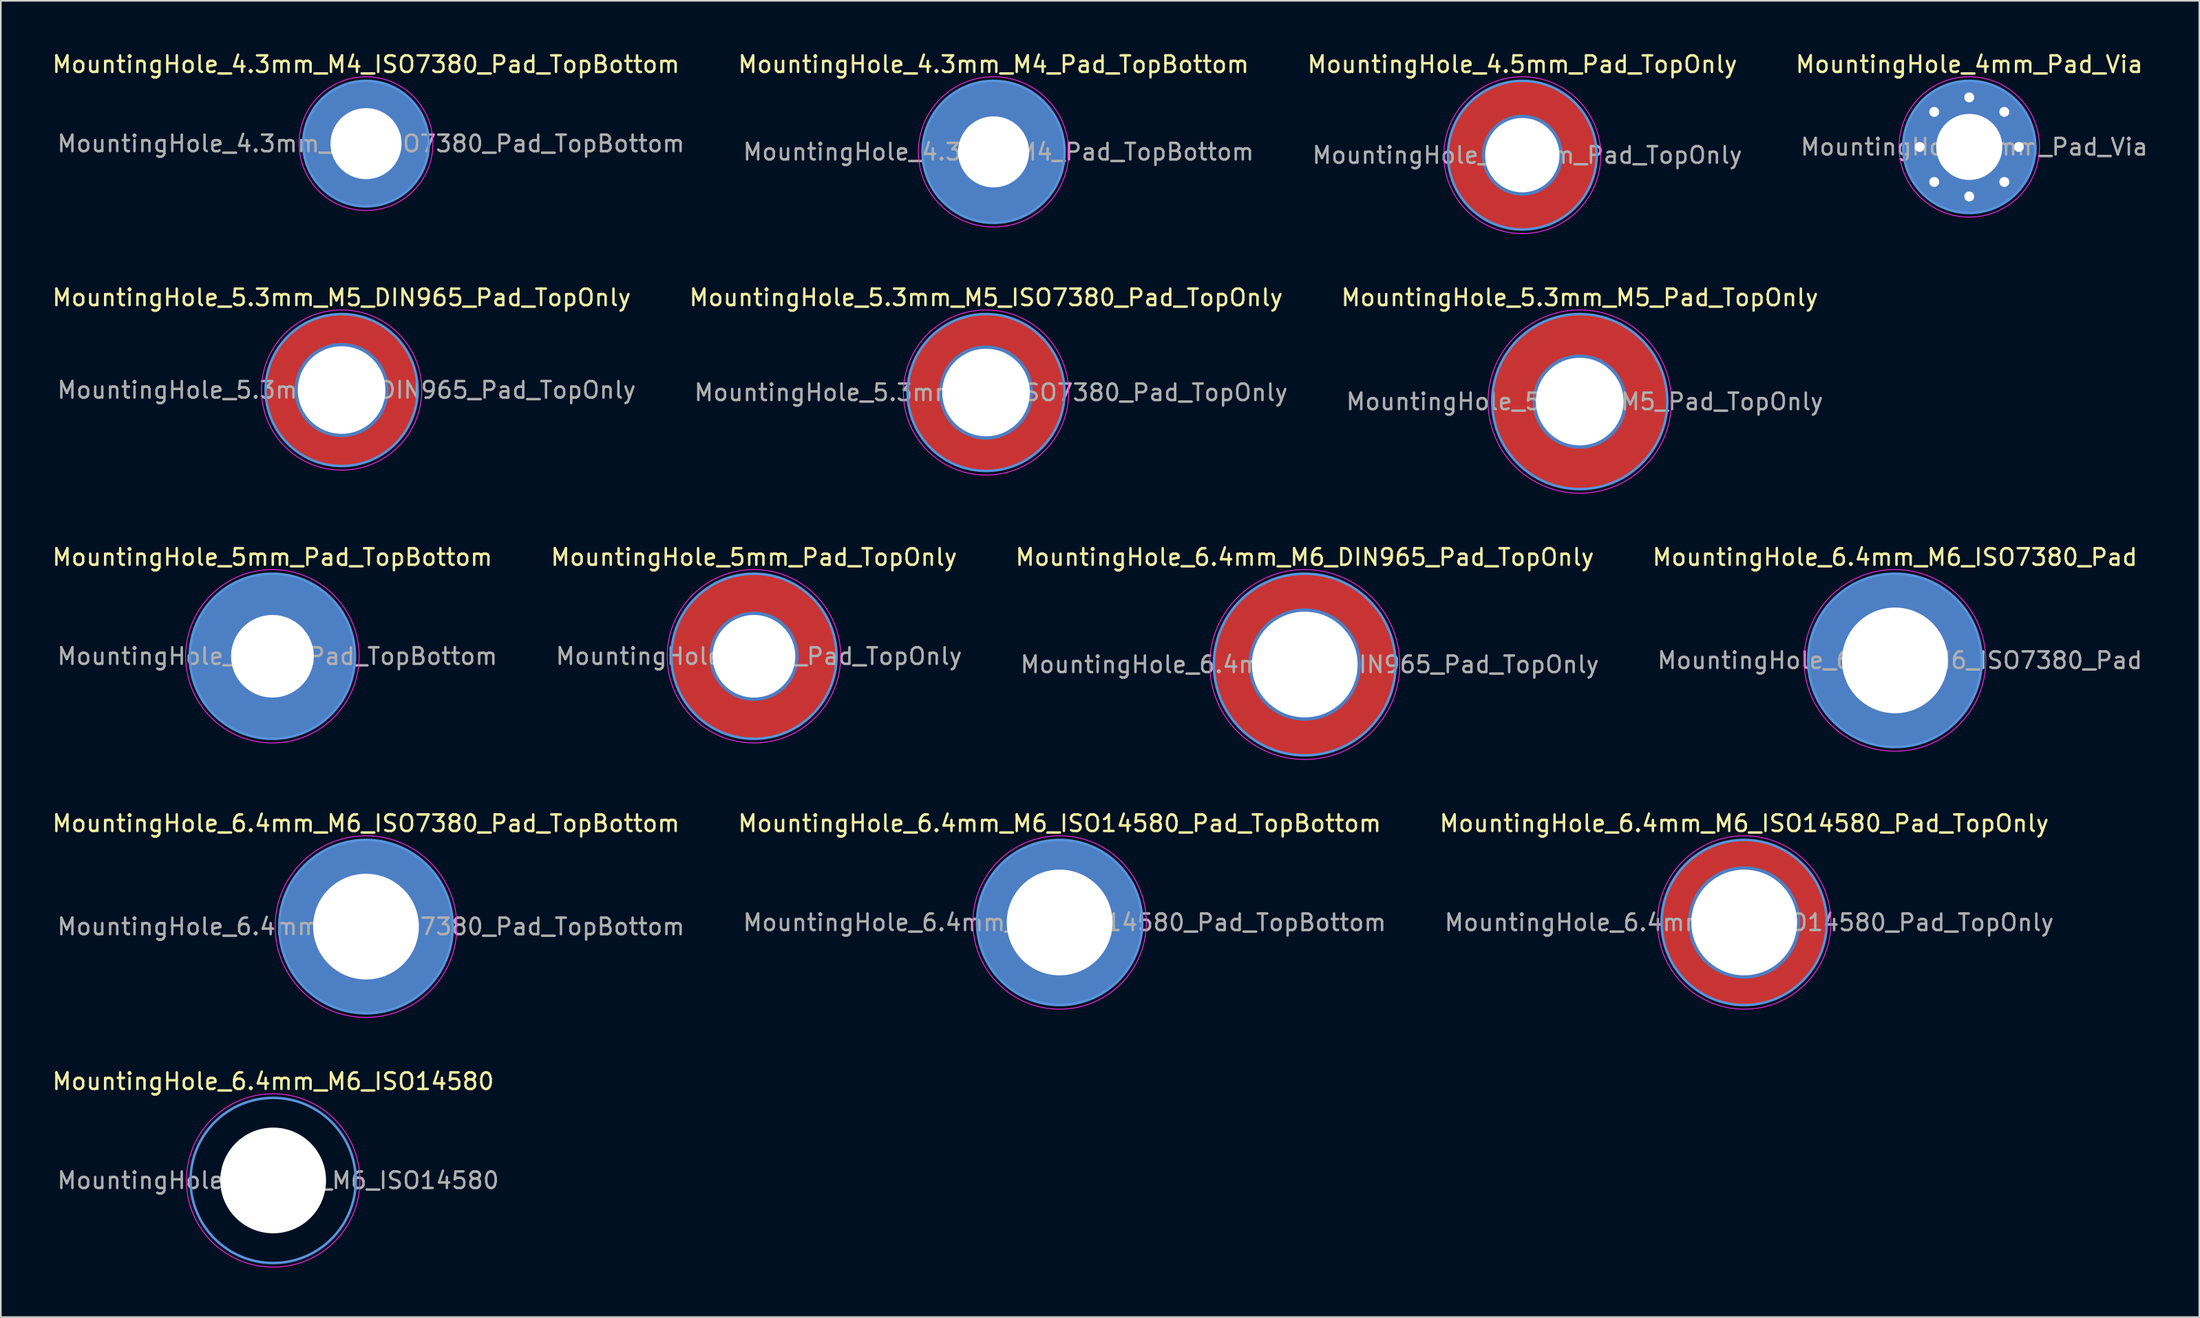
<source format=kicad_pcb>
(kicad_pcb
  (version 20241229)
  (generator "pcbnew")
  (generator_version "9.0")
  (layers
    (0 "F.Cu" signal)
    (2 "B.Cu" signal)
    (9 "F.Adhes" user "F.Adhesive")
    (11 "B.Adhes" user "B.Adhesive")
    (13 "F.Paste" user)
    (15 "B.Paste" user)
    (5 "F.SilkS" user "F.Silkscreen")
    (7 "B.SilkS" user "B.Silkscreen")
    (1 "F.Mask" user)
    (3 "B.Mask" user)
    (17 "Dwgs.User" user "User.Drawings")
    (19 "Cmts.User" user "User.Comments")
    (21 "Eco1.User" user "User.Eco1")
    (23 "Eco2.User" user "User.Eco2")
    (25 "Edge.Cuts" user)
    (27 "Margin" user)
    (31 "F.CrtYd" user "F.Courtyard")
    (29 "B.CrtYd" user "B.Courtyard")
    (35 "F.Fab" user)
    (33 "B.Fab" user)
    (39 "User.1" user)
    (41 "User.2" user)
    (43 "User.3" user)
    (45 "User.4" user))
  (footprint "MountingHole_4.3mm_M4_ISO7380_Pad_TopBottom"
    (layer "F.Cu")
    (at 19.101 5.648)
    (property "Reference" "MountingHole_4.3mm_M4_ISO7380_Pad_TopBottom" (at 0 -4.8 0) (layer "F.SilkS") (effects (font (size 1 1) (thickness 0.15))))
    (attr exclude_from_pos_files exclude_from_bom)
    (fp_circle (center 0 0) (end 3.8 0) (stroke (width 0.15) (type solid)) (fill no) (layer "Cmts.User"))
    (fp_circle (center 0 0) (end 4.05 0) (stroke (width 0.05) (type solid)) (fill no) (layer "F.CrtYd"))
    (fp_text user "${REFERENCE}" (at 0.3 0 0) (layer "F.Fab") (effects (font (size 1 1) (thickness 0.15))))
    (pad "1" thru_hole circle (at 0 0) (size 4.7 4.7) (drill 4.3) (layers "*.Cu" "*.Mask"))
    (pad "1" connect circle (at 0 0) (size 7.6 7.6) (layers "F.Cu" "F.Mask"))
    (pad "1" connect circle (at 0 0) (size 7.6 7.6) (layers "B.Cu" "B.Mask")))
  (footprint "MountingHole_5mm_Pad_TopOnly"
    (layer "F.Cu")
    (at 42.58 36.695)
    (property "Reference" "MountingHole_5mm_Pad_TopOnly" (at 0 -6 0) (layer "F.SilkS") (effects (font (size 1 1) (thickness 0.15))))
    (attr exclude_from_pos_files exclude_from_bom)
    (fp_circle (center 0 0) (end 5 0) (stroke (width 0.15) (type solid)) (fill no) (layer "Cmts.User"))
    (fp_circle (center 0 0) (end 5.25 0) (stroke (width 0.05) (type solid)) (fill no) (layer "F.CrtYd"))
    (fp_text user "${REFERENCE}" (at 0.3 0 0) (layer "F.Fab") (effects (font (size 1 1) (thickness 0.15))))
    (pad "1" thru_hole circle (at 0 0) (size 5.4 5.4) (drill 5) (layers "*.Cu" "*.Mask"))
    (pad "1" connect circle (at 0 0) (size 10 10) (layers "F.Cu" "F.Mask")))
  (footprint "MountingHole_4.3mm_M4_Pad_TopBottom"
    (layer "F.Cu")
    (at 57.08 6.148)
    (property "Reference" "MountingHole_4.3mm_M4_Pad_TopBottom" (at 0 -5.3 0) (layer "F.SilkS") (effects (font (size 1 1) (thickness 0.15))))
    (attr exclude_from_pos_files exclude_from_bom)
    (fp_circle (center 0 0) (end 4.3 0) (stroke (width 0.15) (type solid)) (fill no) (layer "Cmts.User"))
    (fp_circle (center 0 0) (end 4.55 0) (stroke (width 0.05) (type solid)) (fill no) (layer "F.CrtYd"))
    (fp_text user "${REFERENCE}" (at 0.3 0 0) (layer "F.Fab") (effects (font (size 1 1) (thickness 0.15))))
    (pad "1" thru_hole circle (at 0 0) (size 4.7 4.7) (drill 4.3) (layers "*.Cu" "*.Mask"))
    (pad "1" connect circle (at 0 0) (size 8.6 8.6) (layers "F.Cu" "F.Mask"))
    (pad "1" connect circle (at 0 0) (size 8.6 8.6) (layers "B.Cu" "B.Mask")))
  (footprint "MountingHole_5.3mm_M5_Pad_TopOnly"
    (layer "F.Cu")
    (at 92.558 21.271)
    (property "Reference" "MountingHole_5.3mm_M5_Pad_TopOnly" (at 0 -6.3 0) (layer "F.SilkS") (effects (font (size 1 1) (thickness 0.15))))
    (attr exclude_from_pos_files exclude_from_bom)
    (fp_circle (center 0 0) (end 5.3 0) (stroke (width 0.15) (type solid)) (fill no) (layer "Cmts.User"))
    (fp_circle (center 0 0) (end 5.55 0) (stroke (width 0.05) (type solid)) (fill no) (layer "F.CrtYd"))
    (fp_text user "${REFERENCE}" (at 0.3 0 0) (layer "F.Fab") (effects (font (size 1 1) (thickness 0.15))))
    (pad "1" thru_hole circle (at 0 0) (size 5.7 5.7) (drill 5.3) (layers "*.Cu" "*.Mask"))
    (pad "1" connect circle (at 0 0) (size 10.6 10.6) (layers "F.Cu" "F.Mask")))
  (footprint "MountingHole_6.4mm_M6_ISO14580_Pad_TopOnly"
    (layer "F.Cu")
    (at 102.511 52.818)
    (property "Reference" "MountingHole_6.4mm_M6_ISO14580_Pad_TopOnly" (at 0 -6 0) (layer "F.SilkS") (effects (font (size 1 1) (thickness 0.15))))
    (attr exclude_from_pos_files exclude_from_bom)
    (fp_circle (center 0 0) (end 5 0) (stroke (width 0.15) (type solid)) (fill no) (layer "Cmts.User"))
    (fp_circle (center 0 0) (end 5.25 0) (stroke (width 0.05) (type solid)) (fill no) (layer "F.CrtYd"))
    (fp_text user "${REFERENCE}" (at 0.3 0 0) (layer "F.Fab") (effects (font (size 1 1) (thickness 0.15))))
    (pad "1" thru_hole circle (at 0 0) (size 6.8 6.8) (drill 6.4) (layers "*.Cu" "*.Mask"))
    (pad "1" connect circle (at 0 0) (size 10 10) (layers "F.Cu" "F.Mask")))
  (footprint "MountingHole_6.4mm_M6_ISO7380_Pad"
    (layer "F.Cu")
    (at 111.632 36.945)
    (property "Reference" "MountingHole_6.4mm_M6_ISO7380_Pad" (at 0 -6.25 0) (layer "F.SilkS") (effects (font (size 1 1) (thickness 0.15))))
    (attr exclude_from_pos_files exclude_from_bom)
    (fp_circle (center 0 0) (end 5.25 0) (stroke (width 0.15) (type solid)) (fill no) (layer "Cmts.User"))
    (fp_circle (center 0 0) (end 5.5 0) (stroke (width 0.05) (type solid)) (fill no) (layer "F.CrtYd"))
    (fp_text user "${REFERENCE}" (at 0.3 0 0) (layer "F.Fab") (effects (font (size 1 1) (thickness 0.15))))
    (pad "1" thru_hole circle (at 0 0) (size 10.5 10.5) (drill 6.4) (layers "*.Cu" "*.Mask")))
  (footprint "MountingHole_6.4mm_M6_DIN965_Pad_TopOnly"
    (layer "F.Cu")
    (at 75.915 37.195)
    (property "Reference" "MountingHole_6.4mm_M6_DIN965_Pad_TopOnly" (at 0 -6.5 0) (layer "F.SilkS") (effects (font (size 1 1) (thickness 0.15))))
    (attr exclude_from_pos_files exclude_from_bom)
    (fp_circle (center 0 0) (end 5.5 0) (stroke (width 0.15) (type solid)) (fill no) (layer "Cmts.User"))
    (fp_circle (center 0 0) (end 5.75 0) (stroke (width 0.05) (type solid)) (fill no) (layer "F.CrtYd"))
    (fp_text user "${REFERENCE}" (at 0.3 0 0) (layer "F.Fab") (effects (font (size 1 1) (thickness 0.15))))
    (pad "1" thru_hole circle (at 0 0) (size 6.8 6.8) (drill 6.4) (layers "*.Cu" "*.Mask"))
    (pad "1" connect circle (at 0 0) (size 11 11) (layers "F.Cu" "F.Mask")))
  (footprint "MountingHole_4mm_Pad_Via"
    (layer "F.Cu")
    (at 116.132 5.848)
    (property "Reference" "MountingHole_4mm_Pad_Via" (at 0 -5 0) (layer "F.SilkS") (effects (font (size 1 1) (thickness 0.15))))
    (attr exclude_from_pos_files exclude_from_bom)
    (fp_circle (center 0 0) (end 4 0) (stroke (width 0.15) (type solid)) (fill no) (layer "Cmts.User"))
    (fp_circle (center 0 0) (end 4.25 0) (stroke (width 0.05) (type solid)) (fill no) (layer "F.CrtYd"))
    (fp_text user "${REFERENCE}" (at 0.3 0 0) (layer "F.Fab") (effects (font (size 1 1) (thickness 0.15))))
    (pad "1" thru_hole circle (at -3 0) (size 0.9 0.9) (drill 0.6) (layers "*.Cu" "*.Mask"))
    (pad "1" thru_hole circle (at -2.121 -2.121) (size 0.9 0.9) (drill 0.6) (layers "*.Cu" "*.Mask"))
    (pad "1" thru_hole circle (at -2.121 2.121) (size 0.9 0.9) (drill 0.6) (layers "*.Cu" "*.Mask"))
    (pad "1" thru_hole circle (at 0 -3) (size 0.9 0.9) (drill 0.6) (layers "*.Cu" "*.Mask"))
    (pad "1" thru_hole circle (at 0 0) (size 8 8) (drill 4) (layers "*.Cu" "*.Mask"))
    (pad "1" thru_hole circle (at 0 3) (size 0.9 0.9) (drill 0.6) (layers "*.Cu" "*.Mask"))
    (pad "1" thru_hole circle (at 2.121 -2.121) (size 0.9 0.9) (drill 0.6) (layers "*.Cu" "*.Mask"))
    (pad "1" thru_hole circle (at 2.121 2.121) (size 0.9 0.9) (drill 0.6) (layers "*.Cu" "*.Mask"))
    (pad "1" thru_hole circle (at 3 0) (size 0.9 0.9) (drill 0.6) (layers "*.Cu" "*.Mask")))
  (footprint "MountingHole_5mm_Pad_TopBottom"
    (layer "F.Cu")
    (at 13.435 36.695)
    (property "Reference" "MountingHole_5mm_Pad_TopBottom" (at 0 -6 0) (layer "F.SilkS") (effects (font (size 1 1) (thickness 0.15))))
    (attr exclude_from_pos_files exclude_from_bom)
    (fp_circle (center 0 0) (end 5 0) (stroke (width 0.15) (type solid)) (fill no) (layer "Cmts.User"))
    (fp_circle (center 0 0) (end 5.25 0) (stroke (width 0.05) (type solid)) (fill no) (layer "F.CrtYd"))
    (fp_text user "${REFERENCE}" (at 0.3 0 0) (layer "F.Fab") (effects (font (size 1 1) (thickness 0.15))))
    (pad "1" thru_hole circle (at 0 0) (size 5.4 5.4) (drill 5) (layers "*.Cu" "*.Mask"))
    (pad "1" connect circle (at 0 0) (size 10 10) (layers "F.Cu" "F.Mask"))
    (pad "1" connect circle (at 0 0) (size 10 10) (layers "B.Cu" "B.Mask")))
  (footprint "MountingHole_4.5mm_Pad_TopOnly"
    (layer "F.Cu")
    (at 89.082 6.348)
    (property "Reference" "MountingHole_4.5mm_Pad_TopOnly" (at 0 -5.5 0) (layer "F.SilkS") (effects (font (size 1 1) (thickness 0.15))))
    (attr exclude_from_pos_files exclude_from_bom)
    (fp_circle (center 0 0) (end 4.5 0) (stroke (width 0.15) (type solid)) (fill no) (layer "Cmts.User"))
    (fp_circle (center 0 0) (end 4.75 0) (stroke (width 0.05) (type solid)) (fill no) (layer "F.CrtYd"))
    (fp_text user "${REFERENCE}" (at 0.3 0 0) (layer "F.Fab") (effects (font (size 1 1) (thickness 0.15))))
    (pad "1" thru_hole circle (at 0 0) (size 4.9 4.9) (drill 4.5) (layers "*.Cu" "*.Mask"))
    (pad "1" connect circle (at 0 0) (size 9 9) (layers "F.Cu" "F.Mask")))
  (footprint "MountingHole_5.3mm_M5_ISO7380_Pad_TopOnly"
    (layer "F.Cu")
    (at 56.627 20.721)
    (property "Reference" "MountingHole_5.3mm_M5_ISO7380_Pad_TopOnly" (at 0 -5.75 0) (layer "F.SilkS") (effects (font (size 1 1) (thickness 0.15))))
    (attr exclude_from_pos_files exclude_from_bom)
    (fp_circle (center 0 0) (end 4.75 0) (stroke (width 0.15) (type solid)) (fill no) (layer "Cmts.User"))
    (fp_circle (center 0 0) (end 5 0) (stroke (width 0.05) (type solid)) (fill no) (layer "F.CrtYd"))
    (fp_text user "${REFERENCE}" (at 0.3 0 0) (layer "F.Fab") (effects (font (size 1 1) (thickness 0.15))))
    (pad "1" thru_hole circle (at 0 0) (size 5.7 5.7) (drill 5.3) (layers "*.Cu" "*.Mask"))
    (pad "1" connect circle (at 0 0) (size 9.5 9.5) (layers "F.Cu" "F.Mask")))
  (footprint "MountingHole_5.3mm_M5_DIN965_Pad_TopOnly"
    (layer "F.Cu")
    (at 17.625 20.572)
    (property "Reference" "MountingHole_5.3mm_M5_DIN965_Pad_TopOnly" (at 0 -5.6 0) (layer "F.SilkS") (effects (font (size 1 1) (thickness 0.15))))
    (attr exclude_from_pos_files exclude_from_bom)
    (fp_circle (center 0 0) (end 4.6 0) (stroke (width 0.15) (type solid)) (fill no) (layer "Cmts.User"))
    (fp_circle (center 0 0) (end 4.85 0) (stroke (width 0.05) (type solid)) (fill no) (layer "F.CrtYd"))
    (fp_text user "${REFERENCE}" (at 0.3 0 0) (layer "F.Fab") (effects (font (size 1 1) (thickness 0.15))))
    (pad "1" thru_hole circle (at 0 0) (size 5.7 5.7) (drill 5.3) (layers "*.Cu" "*.Mask"))
    (pad "1" connect circle (at 0 0) (size 9.2 9.2) (layers "F.Cu" "F.Mask")))
  (footprint "MountingHole_6.4mm_M6_ISO7380_Pad_TopBottom"
    (layer "F.Cu")
    (at 19.101 53.068)
    (property "Reference" "MountingHole_6.4mm_M6_ISO7380_Pad_TopBottom" (at 0 -6.25 0) (layer "F.SilkS") (effects (font (size 1 1) (thickness 0.15))))
    (attr exclude_from_pos_files exclude_from_bom)
    (fp_circle (center 0 0) (end 5.25 0) (stroke (width 0.15) (type solid)) (fill no) (layer "Cmts.User"))
    (fp_circle (center 0 0) (end 5.5 0) (stroke (width 0.05) (type solid)) (fill no) (layer "F.CrtYd"))
    (fp_text user "${REFERENCE}" (at 0.3 0 0) (layer "F.Fab") (effects (font (size 1 1) (thickness 0.15))))
    (pad "1" thru_hole circle (at 0 0) (size 6.8 6.8) (drill 6.4) (layers "*.Cu" "*.Mask"))
    (pad "1" connect circle (at 0 0) (size 10.5 10.5) (layers "F.Cu" "F.Mask"))
    (pad "1" connect circle (at 0 0) (size 10.5 10.5) (layers "B.Cu" "B.Mask")))
  (footprint "MountingHole_6.4mm_M6_ISO14580_Pad_TopBottom"
    (layer "F.Cu")
    (at 61.08 52.818)
    (property "Reference" "MountingHole_6.4mm_M6_ISO14580_Pad_TopBottom" (at 0 -6 0) (layer "F.SilkS") (effects (font (size 1 1) (thickness 0.15))))
    (attr exclude_from_pos_files exclude_from_bom)
    (fp_circle (center 0 0) (end 5 0) (stroke (width 0.15) (type solid)) (fill no) (layer "Cmts.User"))
    (fp_circle (center 0 0) (end 5.25 0) (stroke (width 0.05) (type solid)) (fill no) (layer "F.CrtYd"))
    (fp_text user "${REFERENCE}" (at 0.3 0 0) (layer "F.Fab") (effects (font (size 1 1) (thickness 0.15))))
    (pad "1" thru_hole circle (at 0 0) (size 6.8 6.8) (drill 6.4) (layers "*.Cu" "*.Mask"))
    (pad "1" connect circle (at 0 0) (size 10 10) (layers "F.Cu" "F.Mask"))
    (pad "1" connect circle (at 0 0) (size 10 10) (layers "B.Cu" "B.Mask")))
  (footprint "MountingHole_6.4mm_M6_ISO14580"
    (layer "F.Cu")
    (at 13.482 68.441)
    (property "Reference" "MountingHole_6.4mm_M6_ISO14580" (at 0 -6 0) (layer "F.SilkS") (effects (font (size 1 1) (thickness 0.15))))
    (attr exclude_from_pos_files exclude_from_bom)
    (fp_circle (center 0 0) (end 5 0) (stroke (width 0.15) (type solid)) (fill no) (layer "Cmts.User"))
    (fp_circle (center 0 0) (end 5.25 0) (stroke (width 0.05) (type solid)) (fill no) (layer "F.CrtYd"))
    (fp_text user "${REFERENCE}" (at 0.3 0 0) (layer "F.Fab") (effects (font (size 1 1) (thickness 0.15))))
    (pad "" np_thru_hole circle (at 0 0) (size 6.4 6.4) (drill 6.4) (layers "*.Cu" "*.Mask")))
  (gr_rect
    (start -3 -3)
    (end 130.057 76.716)
    (stroke (width 0.1) (type default))
    (fill no)
    (layer "Edge.Cuts")))
</source>
